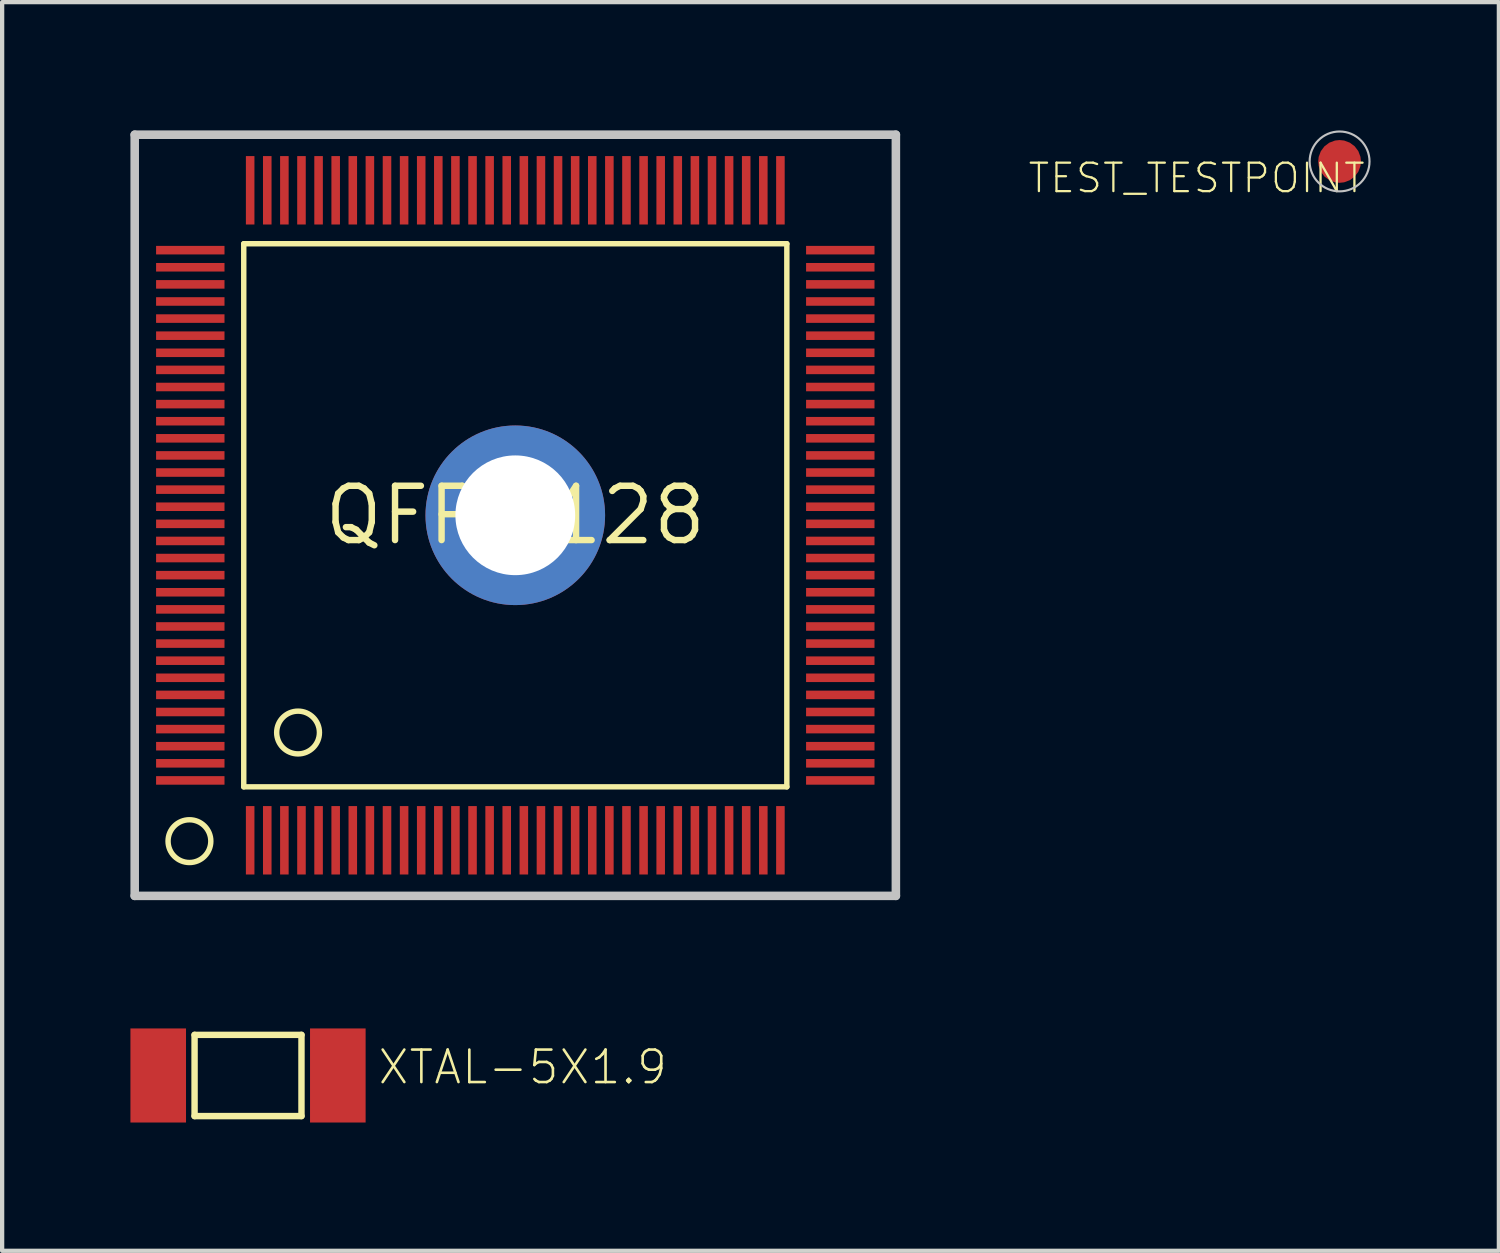
<source format=kicad_pcb>
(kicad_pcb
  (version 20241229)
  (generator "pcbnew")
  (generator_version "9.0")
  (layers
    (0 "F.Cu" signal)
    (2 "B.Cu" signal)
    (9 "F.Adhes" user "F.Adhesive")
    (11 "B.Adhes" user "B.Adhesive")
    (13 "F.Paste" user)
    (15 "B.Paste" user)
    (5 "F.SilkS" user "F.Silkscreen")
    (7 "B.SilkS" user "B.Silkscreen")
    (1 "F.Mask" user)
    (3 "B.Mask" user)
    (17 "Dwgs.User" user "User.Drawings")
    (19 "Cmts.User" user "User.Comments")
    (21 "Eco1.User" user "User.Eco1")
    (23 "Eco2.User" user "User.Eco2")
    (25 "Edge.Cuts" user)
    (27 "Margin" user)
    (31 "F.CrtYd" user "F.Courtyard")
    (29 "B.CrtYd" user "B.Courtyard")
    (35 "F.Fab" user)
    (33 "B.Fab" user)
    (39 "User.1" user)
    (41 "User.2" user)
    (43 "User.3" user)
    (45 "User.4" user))
  (footprint "XTAL-5X1.9"
    (layer "F.Cu")
    (at 2.75 22.1)
    (property "Reference" "XTAL-5X1.9" (at 3 0.25 0) (layer "F.SilkS") (effects (font (size 0.76 0.76) (thickness 0.061)) (justify left bottom)))
    (attr through_hole)
    (fp_line (start -1.25 -0.95) (end -1.25 0.95) (stroke (width 0.15) (type solid)) (layer "F.SilkS"))
    (fp_line (start -1.25 -0.95) (end 1.25 -0.95) (stroke (width 0.15) (type solid)) (layer "F.SilkS"))
    (fp_line (start 1.25 -0.95) (end 1.25 0.95) (stroke (width 0.15) (type solid)) (layer "F.SilkS"))
    (fp_line (start 1.25 0.95) (end -1.25 0.95) (stroke (width 0.15) (type solid)) (layer "F.SilkS"))
    (pad "P$1" smd rect (at -2.1 0) (size 1.3 2.2) (layers "F.Cu" "F.Mask" "F.Paste"))
    (pad "P$2" smd rect (at 2.1 0) (size 1.3 2.2) (layers "F.Cu" "F.Mask" "F.Paste")))
  (footprint "TEST_TESTPOINT"
    (layer "F.Cu")
    (at 28.276 0.725)
    (property "Reference" "TEST_TESTPOINT" (at 0.635 0 180) (layer "F.SilkS") (effects (font (size 0.665 0.665) (thickness 0.053)) (justify right top)))
    (attr through_hole)
    (fp_circle (center 0 0) (end 0.7 0) (stroke (width 0.05) (type solid)) (fill no) (layer "Dwgs.User"))
    (pad "1" smd roundrect (at 0 0) (size 1 1) (layers "F.Cu" "F.Mask") (roundrect_rratio 0.5)))
  (footprint "QFP-128"
    (layer "F.Cu")
    (at 9 9)
    (property "Reference" "QFP-128" (at 0 0 0) (layer "F.SilkS") (effects (font (size 1.27 1.27) (thickness 0.15))))
    (attr through_hole)
    (fp_line (start -6.35 -6.35) (end -6.35 6.35) (stroke (width 0.127) (type solid)) (layer "F.SilkS"))
    (fp_line (start -6.35 6.35) (end 6.35 6.35) (stroke (width 0.127) (type solid)) (layer "F.SilkS"))
    (fp_line (start 6.35 -6.35) (end -6.35 -6.35) (stroke (width 0.127) (type solid)) (layer "F.SilkS"))
    (fp_line (start 6.35 6.35) (end 6.35 -6.35) (stroke (width 0.127) (type solid)) (layer "F.SilkS"))
    (fp_circle (center -7.62 7.62) (end -7.12 7.62) (stroke (width 0.127) (type solid)) (fill no) (layer "F.SilkS"))
    (fp_circle (center -5.08 5.08) (end -4.58 5.08) (stroke (width 0.127) (type solid)) (fill no) (layer "F.SilkS"))
    (fp_line (start -8.9 -8.9) (end 8.9 -8.9) (stroke (width 0.2) (type solid)) (layer "Dwgs.User"))
    (fp_line (start -8.9 8.9) (end -8.9 -8.9) (stroke (width 0.2) (type solid)) (layer "Dwgs.User"))
    (fp_line (start 8.9 -8.9) (end 8.9 8.9) (stroke (width 0.2) (type solid)) (layer "Dwgs.User"))
    (fp_line (start 8.9 8.9) (end -8.9 8.9) (stroke (width 0.2) (type solid)) (layer "Dwgs.User"))
    (pad "1" smd rect (at -6.2 7.6) (size 0.2 1.6) (layers "F.Cu" "F.Mask" "F.Paste"))
    (pad "2" smd rect (at -5.8 7.6) (size 0.2 1.6) (layers "F.Cu" "F.Mask" "F.Paste"))
    (pad "3" smd rect (at -5.4 7.6) (size 0.2 1.6) (layers "F.Cu" "F.Mask" "F.Paste"))
    (pad "4" smd rect (at -5 7.6) (size 0.2 1.6) (layers "F.Cu" "F.Mask" "F.Paste"))
    (pad "5" smd rect (at -4.6 7.6) (size 0.2 1.6) (layers "F.Cu" "F.Mask" "F.Paste"))
    (pad "6" smd rect (at -4.2 7.6) (size 0.2 1.6) (layers "F.Cu" "F.Mask" "F.Paste"))
    (pad "7" smd rect (at -3.8 7.6) (size 0.2 1.6) (layers "F.Cu" "F.Mask" "F.Paste"))
    (pad "8" smd rect (at -3.4 7.6) (size 0.2 1.6) (layers "F.Cu" "F.Mask" "F.Paste"))
    (pad "9" smd rect (at -3 7.6) (size 0.2 1.6) (layers "F.Cu" "F.Mask" "F.Paste"))
    (pad "10" smd rect (at -2.6 7.6) (size 0.2 1.6) (layers "F.Cu" "F.Mask" "F.Paste"))
    (pad "11" smd rect (at -2.2 7.6) (size 0.2 1.6) (layers "F.Cu" "F.Mask" "F.Paste"))
    (pad "12" smd rect (at -1.8 7.6) (size 0.2 1.6) (layers "F.Cu" "F.Mask" "F.Paste"))
    (pad "13" smd rect (at -1.4 7.6) (size 0.2 1.6) (layers "F.Cu" "F.Mask" "F.Paste"))
    (pad "14" smd rect (at -1 7.6) (size 0.2 1.6) (layers "F.Cu" "F.Mask" "F.Paste"))
    (pad "15" smd rect (at -0.6 7.6) (size 0.2 1.6) (layers "F.Cu" "F.Mask" "F.Paste"))
    (pad "16" smd rect (at -0.2 7.6) (size 0.2 1.6) (layers "F.Cu" "F.Mask" "F.Paste"))
    (pad "17" smd rect (at 0.2 7.6) (size 0.2 1.6) (layers "F.Cu" "F.Mask" "F.Paste"))
    (pad "18" smd rect (at 0.6 7.6) (size 0.2 1.6) (layers "F.Cu" "F.Mask" "F.Paste"))
    (pad "19" smd rect (at 1 7.6) (size 0.2 1.6) (layers "F.Cu" "F.Mask" "F.Paste"))
    (pad "20" smd rect (at 1.4 7.6) (size 0.2 1.6) (layers "F.Cu" "F.Mask" "F.Paste"))
    (pad "21" smd rect (at 1.8 7.6) (size 0.2 1.6) (layers "F.Cu" "F.Mask" "F.Paste"))
    (pad "22" smd rect (at 2.2 7.6) (size 0.2 1.6) (layers "F.Cu" "F.Mask" "F.Paste"))
    (pad "23" smd rect (at 2.6 7.6) (size 0.2 1.6) (layers "F.Cu" "F.Mask" "F.Paste"))
    (pad "24" smd rect (at 3 7.6) (size 0.2 1.6) (layers "F.Cu" "F.Mask" "F.Paste"))
    (pad "25" smd rect (at 3.4 7.6) (size 0.2 1.6) (layers "F.Cu" "F.Mask" "F.Paste"))
    (pad "26" smd rect (at 3.8 7.6) (size 0.2 1.6) (layers "F.Cu" "F.Mask" "F.Paste"))
    (pad "27" smd rect (at 4.2 7.6) (size 0.2 1.6) (layers "F.Cu" "F.Mask" "F.Paste"))
    (pad "28" smd rect (at 4.6 7.6) (size 0.2 1.6) (layers "F.Cu" "F.Mask" "F.Paste"))
    (pad "29" smd rect (at 5 7.6) (size 0.2 1.6) (layers "F.Cu" "F.Mask" "F.Paste"))
    (pad "30" smd rect (at 5.4 7.6) (size 0.2 1.6) (layers "F.Cu" "F.Mask" "F.Paste"))
    (pad "31" smd rect (at 5.8 7.6) (size 0.2 1.6) (layers "F.Cu" "F.Mask" "F.Paste"))
    (pad "32" smd rect (at 6.2 7.6) (size 0.2 1.6) (layers "F.Cu" "F.Mask" "F.Paste"))
    (pad "33" smd rect (at 7.6 6.2) (size 1.6 0.2) (layers "F.Cu" "F.Mask" "F.Paste"))
    (pad "34" smd rect (at 7.6 5.8) (size 1.6 0.2) (layers "F.Cu" "F.Mask" "F.Paste"))
    (pad "35" smd rect (at 7.6 5.4) (size 1.6 0.2) (layers "F.Cu" "F.Mask" "F.Paste"))
    (pad "36" smd rect (at 7.6 5) (size 1.6 0.2) (layers "F.Cu" "F.Mask" "F.Paste"))
    (pad "37" smd rect (at 7.6 4.6) (size 1.6 0.2) (layers "F.Cu" "F.Mask" "F.Paste"))
    (pad "38" smd rect (at 7.6 4.2) (size 1.6 0.2) (layers "F.Cu" "F.Mask" "F.Paste"))
    (pad "39" smd rect (at 7.6 3.8) (size 1.6 0.2) (layers "F.Cu" "F.Mask" "F.Paste"))
    (pad "40" smd rect (at 7.6 3.4) (size 1.6 0.2) (layers "F.Cu" "F.Mask" "F.Paste"))
    (pad "41" smd rect (at 7.6 3) (size 1.6 0.2) (layers "F.Cu" "F.Mask" "F.Paste"))
    (pad "42" smd rect (at 7.6 2.6) (size 1.6 0.2) (layers "F.Cu" "F.Mask" "F.Paste"))
    (pad "43" smd rect (at 7.6 2.2) (size 1.6 0.2) (layers "F.Cu" "F.Mask" "F.Paste"))
    (pad "44" smd rect (at 7.6 1.8) (size 1.6 0.2) (layers "F.Cu" "F.Mask" "F.Paste"))
    (pad "45" smd rect (at 7.6 1.4) (size 1.6 0.2) (layers "F.Cu" "F.Mask" "F.Paste"))
    (pad "46" smd rect (at 7.6 1) (size 1.6 0.2) (layers "F.Cu" "F.Mask" "F.Paste"))
    (pad "47" smd rect (at 7.6 0.6) (size 1.6 0.2) (layers "F.Cu" "F.Mask" "F.Paste"))
    (pad "48" smd rect (at 7.6 0.2) (size 1.6 0.2) (layers "F.Cu" "F.Mask" "F.Paste"))
    (pad "49" smd rect (at 7.6 -0.2) (size 1.6 0.2) (layers "F.Cu" "F.Mask" "F.Paste"))
    (pad "50" smd rect (at 7.6 -0.6) (size 1.6 0.2) (layers "F.Cu" "F.Mask" "F.Paste"))
    (pad "51" smd rect (at 7.6 -1) (size 1.6 0.2) (layers "F.Cu" "F.Mask" "F.Paste"))
    (pad "52" smd rect (at 7.6 -1.4) (size 1.6 0.2) (layers "F.Cu" "F.Mask" "F.Paste"))
    (pad "53" smd rect (at 7.6 -1.8) (size 1.6 0.2) (layers "F.Cu" "F.Mask" "F.Paste"))
    (pad "54" smd rect (at 7.6 -2.2) (size 1.6 0.2) (layers "F.Cu" "F.Mask" "F.Paste"))
    (pad "55" smd rect (at 7.6 -2.6) (size 1.6 0.2) (layers "F.Cu" "F.Mask" "F.Paste"))
    (pad "56" smd rect (at 7.6 -3) (size 1.6 0.2) (layers "F.Cu" "F.Mask" "F.Paste"))
    (pad "57" smd rect (at 7.6 -3.4) (size 1.6 0.2) (layers "F.Cu" "F.Mask" "F.Paste"))
    (pad "58" smd rect (at 7.6 -3.8) (size 1.6 0.2) (layers "F.Cu" "F.Mask" "F.Paste"))
    (pad "59" smd rect (at 7.6 -4.2) (size 1.6 0.2) (layers "F.Cu" "F.Mask" "F.Paste"))
    (pad "60" smd rect (at 7.6 -4.6) (size 1.6 0.2) (layers "F.Cu" "F.Mask" "F.Paste"))
    (pad "61" smd rect (at 7.6 -5) (size 1.6 0.2) (layers "F.Cu" "F.Mask" "F.Paste"))
    (pad "62" smd rect (at 7.6 -5.4) (size 1.6 0.2) (layers "F.Cu" "F.Mask" "F.Paste"))
    (pad "63" smd rect (at 7.6 -5.8) (size 1.6 0.2) (layers "F.Cu" "F.Mask" "F.Paste"))
    (pad "64" smd rect (at 7.6 -6.2) (size 1.6 0.2) (layers "F.Cu" "F.Mask" "F.Paste"))
    (pad "65" smd rect (at 6.2 -7.6) (size 0.2 1.6) (layers "F.Cu" "F.Mask" "F.Paste"))
    (pad "66" smd rect (at 5.8 -7.6) (size 0.2 1.6) (layers "F.Cu" "F.Mask" "F.Paste"))
    (pad "67" smd rect (at 5.4 -7.6) (size 0.2 1.6) (layers "F.Cu" "F.Mask" "F.Paste"))
    (pad "68" smd rect (at 5 -7.6) (size 0.2 1.6) (layers "F.Cu" "F.Mask" "F.Paste"))
    (pad "69" smd rect (at 4.6 -7.6) (size 0.2 1.6) (layers "F.Cu" "F.Mask" "F.Paste"))
    (pad "70" smd rect (at 4.2 -7.6) (size 0.2 1.6) (layers "F.Cu" "F.Mask" "F.Paste"))
    (pad "71" smd rect (at 3.8 -7.6) (size 0.2 1.6) (layers "F.Cu" "F.Mask" "F.Paste"))
    (pad "72" smd rect (at 3.4 -7.6) (size 0.2 1.6) (layers "F.Cu" "F.Mask" "F.Paste"))
    (pad "73" smd rect (at 3 -7.6) (size 0.2 1.6) (layers "F.Cu" "F.Mask" "F.Paste"))
    (pad "74" smd rect (at 2.6 -7.6) (size 0.2 1.6) (layers "F.Cu" "F.Mask" "F.Paste"))
    (pad "75" smd rect (at 2.2 -7.6) (size 0.2 1.6) (layers "F.Cu" "F.Mask" "F.Paste"))
    (pad "76" smd rect (at 1.8 -7.6) (size 0.2 1.6) (layers "F.Cu" "F.Mask" "F.Paste"))
    (pad "77" smd rect (at 1.4 -7.6) (size 0.2 1.6) (layers "F.Cu" "F.Mask" "F.Paste"))
    (pad "78" smd rect (at 1 -7.6) (size 0.2 1.6) (layers "F.Cu" "F.Mask" "F.Paste"))
    (pad "79" smd rect (at 0.6 -7.6) (size 0.2 1.6) (layers "F.Cu" "F.Mask" "F.Paste"))
    (pad "80" smd rect (at 0.2 -7.6) (size 0.2 1.6) (layers "F.Cu" "F.Mask" "F.Paste"))
    (pad "81" smd rect (at -0.2 -7.6) (size 0.2 1.6) (layers "F.Cu" "F.Mask" "F.Paste"))
    (pad "82" smd rect (at -0.6 -7.6) (size 0.2 1.6) (layers "F.Cu" "F.Mask" "F.Paste"))
    (pad "83" smd rect (at -1 -7.6) (size 0.2 1.6) (layers "F.Cu" "F.Mask" "F.Paste"))
    (pad "84" smd rect (at -1.4 -7.6) (size 0.2 1.6) (layers "F.Cu" "F.Mask" "F.Paste"))
    (pad "85" smd rect (at -1.8 -7.6) (size 0.2 1.6) (layers "F.Cu" "F.Mask" "F.Paste"))
    (pad "86" smd rect (at -2.2 -7.6) (size 0.2 1.6) (layers "F.Cu" "F.Mask" "F.Paste"))
    (pad "87" smd rect (at -2.6 -7.6) (size 0.2 1.6) (layers "F.Cu" "F.Mask" "F.Paste"))
    (pad "88" smd rect (at -3 -7.6) (size 0.2 1.6) (layers "F.Cu" "F.Mask" "F.Paste"))
    (pad "89" smd rect (at -3.4 -7.6) (size 0.2 1.6) (layers "F.Cu" "F.Mask" "F.Paste"))
    (pad "90" smd rect (at -3.8 -7.6) (size 0.2 1.6) (layers "F.Cu" "F.Mask" "F.Paste"))
    (pad "91" smd rect (at -4.2 -7.6) (size 0.2 1.6) (layers "F.Cu" "F.Mask" "F.Paste"))
    (pad "92" smd rect (at -4.6 -7.6) (size 0.2 1.6) (layers "F.Cu" "F.Mask" "F.Paste"))
    (pad "93" smd rect (at -5 -7.6) (size 0.2 1.6) (layers "F.Cu" "F.Mask" "F.Paste"))
    (pad "94" smd rect (at -5.4 -7.6) (size 0.2 1.6) (layers "F.Cu" "F.Mask" "F.Paste"))
    (pad "95" smd rect (at -5.8 -7.6) (size 0.2 1.6) (layers "F.Cu" "F.Mask" "F.Paste"))
    (pad "96" smd rect (at -6.2 -7.6) (size 0.2 1.6) (layers "F.Cu" "F.Mask" "F.Paste"))
    (pad "97" smd rect (at -7.6 -6.2) (size 1.6 0.2) (layers "F.Cu" "F.Mask" "F.Paste"))
    (pad "98" smd rect (at -7.6 -5.8) (size 1.6 0.2) (layers "F.Cu" "F.Mask" "F.Paste"))
    (pad "99" smd rect (at -7.6 -5.4) (size 1.6 0.2) (layers "F.Cu" "F.Mask" "F.Paste"))
    (pad "100" smd rect (at -7.6 -5) (size 1.6 0.2) (layers "F.Cu" "F.Mask" "F.Paste"))
    (pad "101" smd rect (at -7.6 -4.6) (size 1.6 0.2) (layers "F.Cu" "F.Mask" "F.Paste"))
    (pad "102" smd rect (at -7.6 -4.2) (size 1.6 0.2) (layers "F.Cu" "F.Mask" "F.Paste"))
    (pad "103" smd rect (at -7.6 -3.8) (size 1.6 0.2) (layers "F.Cu" "F.Mask" "F.Paste"))
    (pad "104" smd rect (at -7.6 -3.4) (size 1.6 0.2) (layers "F.Cu" "F.Mask" "F.Paste"))
    (pad "105" smd rect (at -7.6 -3) (size 1.6 0.2) (layers "F.Cu" "F.Mask" "F.Paste"))
    (pad "106" smd rect (at -7.6 -2.6) (size 1.6 0.2) (layers "F.Cu" "F.Mask" "F.Paste"))
    (pad "107" smd rect (at -7.6 -2.2) (size 1.6 0.2) (layers "F.Cu" "F.Mask" "F.Paste"))
    (pad "108" smd rect (at -7.6 -1.8) (size 1.6 0.2) (layers "F.Cu" "F.Mask" "F.Paste"))
    (pad "109" smd rect (at -7.6 -1.4) (size 1.6 0.2) (layers "F.Cu" "F.Mask" "F.Paste"))
    (pad "110" smd rect (at -7.6 -1) (size 1.6 0.2) (layers "F.Cu" "F.Mask" "F.Paste"))
    (pad "111" smd rect (at -7.6 -0.6) (size 1.6 0.2) (layers "F.Cu" "F.Mask" "F.Paste"))
    (pad "112" smd rect (at -7.6 -0.2) (size 1.6 0.2) (layers "F.Cu" "F.Mask" "F.Paste"))
    (pad "113" smd rect (at -7.6 0.2) (size 1.6 0.2) (layers "F.Cu" "F.Mask" "F.Paste"))
    (pad "114" smd rect (at -7.6 0.6) (size 1.6 0.2) (layers "F.Cu" "F.Mask" "F.Paste"))
    (pad "115" smd rect (at -7.6 1) (size 1.6 0.2) (layers "F.Cu" "F.Mask" "F.Paste"))
    (pad "116" smd rect (at -7.6 1.4) (size 1.6 0.2) (layers "F.Cu" "F.Mask" "F.Paste"))
    (pad "117" smd rect (at -7.6 1.8) (size 1.6 0.2) (layers "F.Cu" "F.Mask" "F.Paste"))
    (pad "118" smd rect (at -7.6 2.2) (size 1.6 0.2) (layers "F.Cu" "F.Mask" "F.Paste"))
    (pad "119" smd rect (at -7.6 2.6) (size 1.6 0.2) (layers "F.Cu" "F.Mask" "F.Paste"))
    (pad "120" smd rect (at -7.6 3) (size 1.6 0.2) (layers "F.Cu" "F.Mask" "F.Paste"))
    (pad "121" smd rect (at -7.6 3.4) (size 1.6 0.2) (layers "F.Cu" "F.Mask" "F.Paste"))
    (pad "122" smd rect (at -7.6 3.8) (size 1.6 0.2) (layers "F.Cu" "F.Mask" "F.Paste"))
    (pad "123" smd rect (at -7.6 4.2) (size 1.6 0.2) (layers "F.Cu" "F.Mask" "F.Paste"))
    (pad "124" smd rect (at -7.6 4.6) (size 1.6 0.2) (layers "F.Cu" "F.Mask" "F.Paste"))
    (pad "125" smd rect (at -7.6 5) (size 1.6 0.2) (layers "F.Cu" "F.Mask" "F.Paste"))
    (pad "126" smd rect (at -7.6 5.4) (size 1.6 0.2) (layers "F.Cu" "F.Mask" "F.Paste"))
    (pad "127" smd rect (at -7.6 5.8) (size 1.6 0.2) (layers "F.Cu" "F.Mask" "F.Paste"))
    (pad "128" smd rect (at -7.6 6.2) (size 1.6 0.2) (layers "F.Cu" "F.Mask" "F.Paste"))
    (pad "P$1" thru_hole circle (at 0 0) (size 4.2 4.2) (drill 2.8) (layers "*.Cu" "*.Mask")))
  (gr_rect
    (start -3 -3)
    (end 32.001 26.2)
    (stroke (width 0.1) (type default))
    (fill no)
    (layer "Edge.Cuts")))
</source>
